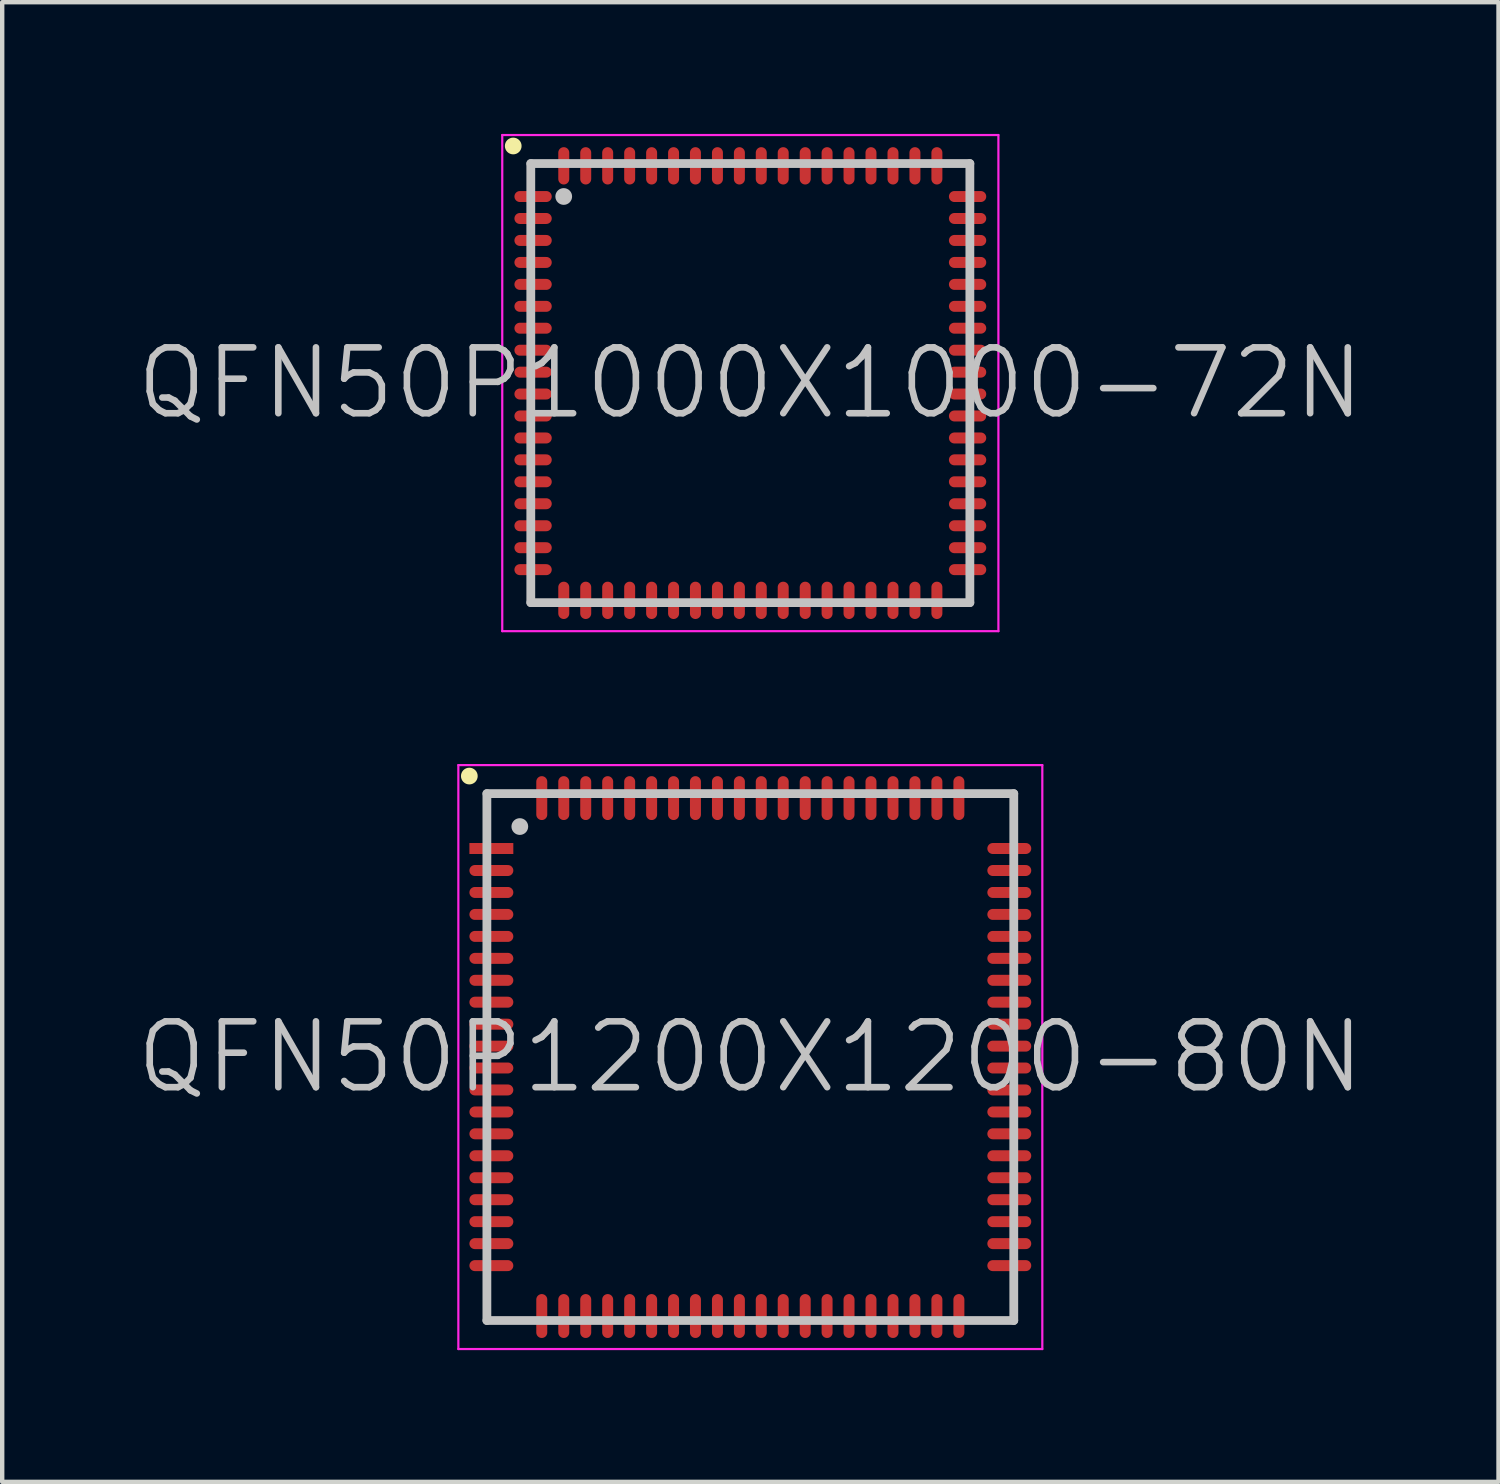
<source format=kicad_pcb>
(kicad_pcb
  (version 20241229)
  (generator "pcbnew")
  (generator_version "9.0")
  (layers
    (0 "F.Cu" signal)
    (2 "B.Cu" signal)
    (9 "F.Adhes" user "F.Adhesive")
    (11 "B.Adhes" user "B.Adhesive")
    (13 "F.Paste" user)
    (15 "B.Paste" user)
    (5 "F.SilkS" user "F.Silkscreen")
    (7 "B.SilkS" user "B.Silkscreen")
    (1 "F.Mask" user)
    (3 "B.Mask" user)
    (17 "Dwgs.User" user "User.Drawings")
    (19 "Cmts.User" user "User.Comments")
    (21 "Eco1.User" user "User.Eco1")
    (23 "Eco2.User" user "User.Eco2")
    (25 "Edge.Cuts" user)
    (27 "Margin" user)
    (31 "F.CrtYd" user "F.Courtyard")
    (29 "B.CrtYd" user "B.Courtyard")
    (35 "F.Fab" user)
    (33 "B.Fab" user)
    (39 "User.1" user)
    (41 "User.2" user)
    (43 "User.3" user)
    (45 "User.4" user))
  (footprint "QFN50P1200X1200-80N"
    (layer "F.Cu")
    (at 14.039 21.025)
    (property "Reference" "QFN50P1200X1200-80N" (at 0 0 0) (layer "Dwgs.User") (effects (font (size 1.5 1.5) (thickness 0.15))))
    (attr smd)
    (fp_line (start -6.4 -6.4) (end -6.4 -6.4) (stroke (width 0.381) (type solid)) (layer "F.SilkS"))
    (fp_line (start -6 -6) (end -6 6) (stroke (width 0.2) (type solid)) (layer "Dwgs.User"))
    (fp_line (start -6 -6) (end 6 -6) (stroke (width 0.2) (type solid)) (layer "Dwgs.User"))
    (fp_line (start -6 6) (end 6 6) (stroke (width 0.2) (type solid)) (layer "Dwgs.User"))
    (fp_line (start -5.25 -5.25) (end -5.25 -5.25) (stroke (width 0.381) (type solid)) (layer "Dwgs.User"))
    (fp_line (start 6 -6) (end 6 6) (stroke (width 0.2) (type solid)) (layer "Dwgs.User"))
    (fp_line (start -6.65 -6.65) (end -6.65 6.65) (stroke (width 0.05) (type solid)) (layer "F.CrtYd"))
    (fp_line (start -6.65 -6.65) (end 6.65 -6.65) (stroke (width 0.05) (type solid)) (layer "F.CrtYd"))
    (fp_line (start -6.65 6.65) (end 6.65 6.65) (stroke (width 0.05) (type solid)) (layer "F.CrtYd"))
    (fp_line (start 6.65 -6.65) (end 6.65 6.65) (stroke (width 0.05) (type solid)) (layer "F.CrtYd"))
    (pad "1" smd rect (at -5.898 -4.75 90) (size 0.25 1) (layers "F.Cu" "F.Mask" "F.Paste"))
    (pad "2" smd oval (at -5.898 -4.249 90) (size 0.25 1) (layers "F.Cu" "F.Mask" "F.Paste"))
    (pad "3" smd oval (at -5.898 -3.749 90) (size 0.25 1) (layers "F.Cu" "F.Mask" "F.Paste"))
    (pad "4" smd oval (at -5.898 -3.249 90) (size 0.25 1) (layers "F.Cu" "F.Mask" "F.Paste"))
    (pad "5" smd oval (at -5.898 -2.748 90) (size 0.25 1) (layers "F.Cu" "F.Mask" "F.Paste"))
    (pad "6" smd oval (at -5.898 -2.248 90) (size 0.25 1) (layers "F.Cu" "F.Mask" "F.Paste"))
    (pad "7" smd oval (at -5.898 -1.748 90) (size 0.25 1) (layers "F.Cu" "F.Mask" "F.Paste"))
    (pad "8" smd oval (at -5.898 -1.25 90) (size 0.25 1) (layers "F.Cu" "F.Mask" "F.Paste"))
    (pad "9" smd oval (at -5.898 -0.749 90) (size 0.25 1) (layers "F.Cu" "F.Mask" "F.Paste"))
    (pad "10" smd oval (at -5.898 -0.249 90) (size 0.25 1) (layers "F.Cu" "F.Mask" "F.Paste"))
    (pad "11" smd oval (at -5.898 0.249 90) (size 0.25 1) (layers "F.Cu" "F.Mask" "F.Paste"))
    (pad "12" smd oval (at -5.898 0.749 90) (size 0.25 1) (layers "F.Cu" "F.Mask" "F.Paste"))
    (pad "13" smd oval (at -5.898 1.25 90) (size 0.25 1) (layers "F.Cu" "F.Mask" "F.Paste"))
    (pad "14" smd oval (at -5.898 1.748 90) (size 0.25 1) (layers "F.Cu" "F.Mask" "F.Paste"))
    (pad "15" smd oval (at -5.898 2.248 90) (size 0.25 1) (layers "F.Cu" "F.Mask" "F.Paste"))
    (pad "16" smd oval (at -5.898 2.748 90) (size 0.25 1) (layers "F.Cu" "F.Mask" "F.Paste"))
    (pad "17" smd oval (at -5.898 3.249 90) (size 0.25 1) (layers "F.Cu" "F.Mask" "F.Paste"))
    (pad "18" smd oval (at -5.898 3.749 90) (size 0.25 1) (layers "F.Cu" "F.Mask" "F.Paste"))
    (pad "19" smd oval (at -5.898 4.249 90) (size 0.25 1) (layers "F.Cu" "F.Mask" "F.Paste"))
    (pad "20" smd oval (at -5.898 4.75 90) (size 0.25 1) (layers "F.Cu" "F.Mask" "F.Paste"))
    (pad "21" smd oval (at -4.75 5.898 180) (size 0.25 1) (layers "F.Cu" "F.Mask" "F.Paste"))
    (pad "22" smd oval (at -4.249 5.898 180) (size 0.25 1) (layers "F.Cu" "F.Mask" "F.Paste"))
    (pad "23" smd oval (at -3.749 5.898 180) (size 0.25 1) (layers "F.Cu" "F.Mask" "F.Paste"))
    (pad "24" smd oval (at -3.249 5.898 180) (size 0.25 1) (layers "F.Cu" "F.Mask" "F.Paste"))
    (pad "25" smd oval (at -2.748 5.898 180) (size 0.25 1) (layers "F.Cu" "F.Mask" "F.Paste"))
    (pad "26" smd oval (at -2.248 5.898 180) (size 0.25 1) (layers "F.Cu" "F.Mask" "F.Paste"))
    (pad "27" smd oval (at -1.748 5.898 180) (size 0.25 1) (layers "F.Cu" "F.Mask" "F.Paste"))
    (pad "28" smd oval (at -1.25 5.898 180) (size 0.25 1) (layers "F.Cu" "F.Mask" "F.Paste"))
    (pad "29" smd oval (at -0.749 5.898 180) (size 0.25 1) (layers "F.Cu" "F.Mask" "F.Paste"))
    (pad "30" smd oval (at -0.249 5.898 180) (size 0.25 1) (layers "F.Cu" "F.Mask" "F.Paste"))
    (pad "31" smd oval (at 0.249 5.898 180) (size 0.25 1) (layers "F.Cu" "F.Mask" "F.Paste"))
    (pad "32" smd oval (at 0.749 5.898 180) (size 0.25 1) (layers "F.Cu" "F.Mask" "F.Paste"))
    (pad "33" smd oval (at 1.25 5.898 180) (size 0.25 1) (layers "F.Cu" "F.Mask" "F.Paste"))
    (pad "34" smd oval (at 1.748 5.898 180) (size 0.25 1) (layers "F.Cu" "F.Mask" "F.Paste"))
    (pad "35" smd oval (at 2.248 5.898 180) (size 0.25 1) (layers "F.Cu" "F.Mask" "F.Paste"))
    (pad "36" smd oval (at 2.748 5.898 180) (size 0.25 1) (layers "F.Cu" "F.Mask" "F.Paste"))
    (pad "37" smd oval (at 3.249 5.898 180) (size 0.25 1) (layers "F.Cu" "F.Mask" "F.Paste"))
    (pad "38" smd oval (at 3.749 5.898 180) (size 0.25 1) (layers "F.Cu" "F.Mask" "F.Paste"))
    (pad "39" smd oval (at 4.249 5.898 180) (size 0.25 1) (layers "F.Cu" "F.Mask" "F.Paste"))
    (pad "40" smd oval (at 4.75 5.898 180) (size 0.25 1) (layers "F.Cu" "F.Mask" "F.Paste"))
    (pad "41" smd oval (at 5.898 4.75 270) (size 0.25 1) (layers "F.Cu" "F.Mask" "F.Paste"))
    (pad "42" smd oval (at 5.898 4.249 270) (size 0.25 1) (layers "F.Cu" "F.Mask" "F.Paste"))
    (pad "43" smd oval (at 5.898 3.749 270) (size 0.25 1) (layers "F.Cu" "F.Mask" "F.Paste"))
    (pad "44" smd oval (at 5.898 3.249 270) (size 0.25 1) (layers "F.Cu" "F.Mask" "F.Paste"))
    (pad "45" smd oval (at 5.898 2.748 270) (size 0.25 1) (layers "F.Cu" "F.Mask" "F.Paste"))
    (pad "46" smd oval (at 5.898 2.248 270) (size 0.25 1) (layers "F.Cu" "F.Mask" "F.Paste"))
    (pad "47" smd oval (at 5.898 1.748 270) (size 0.25 1) (layers "F.Cu" "F.Mask" "F.Paste"))
    (pad "48" smd oval (at 5.898 1.25 270) (size 0.25 1) (layers "F.Cu" "F.Mask" "F.Paste"))
    (pad "49" smd oval (at 5.898 0.749 270) (size 0.25 1) (layers "F.Cu" "F.Mask" "F.Paste"))
    (pad "50" smd oval (at 5.898 0.249 270) (size 0.25 1) (layers "F.Cu" "F.Mask" "F.Paste"))
    (pad "51" smd oval (at 5.898 -0.249 270) (size 0.25 1) (layers "F.Cu" "F.Mask" "F.Paste"))
    (pad "52" smd oval (at 5.898 -0.749 270) (size 0.25 1) (layers "F.Cu" "F.Mask" "F.Paste"))
    (pad "53" smd oval (at 5.898 -1.25 270) (size 0.25 1) (layers "F.Cu" "F.Mask" "F.Paste"))
    (pad "54" smd oval (at 5.898 -1.748 270) (size 0.25 1) (layers "F.Cu" "F.Mask" "F.Paste"))
    (pad "55" smd oval (at 5.898 -2.248 270) (size 0.25 1) (layers "F.Cu" "F.Mask" "F.Paste"))
    (pad "56" smd oval (at 5.898 -2.748 270) (size 0.25 1) (layers "F.Cu" "F.Mask" "F.Paste"))
    (pad "57" smd oval (at 5.898 -3.249 270) (size 0.25 1) (layers "F.Cu" "F.Mask" "F.Paste"))
    (pad "58" smd oval (at 5.898 -3.749 270) (size 0.25 1) (layers "F.Cu" "F.Mask" "F.Paste"))
    (pad "59" smd oval (at 5.898 -4.249 270) (size 0.25 1) (layers "F.Cu" "F.Mask" "F.Paste"))
    (pad "60" smd oval (at 5.898 -4.75 270) (size 0.25 1) (layers "F.Cu" "F.Mask" "F.Paste"))
    (pad "61" smd oval (at 4.75 -5.898) (size 0.25 1) (layers "F.Cu" "F.Mask" "F.Paste"))
    (pad "62" smd oval (at 4.249 -5.898) (size 0.25 1) (layers "F.Cu" "F.Mask" "F.Paste"))
    (pad "63" smd oval (at 3.749 -5.898) (size 0.25 1) (layers "F.Cu" "F.Mask" "F.Paste"))
    (pad "64" smd oval (at 3.249 -5.898) (size 0.25 1) (layers "F.Cu" "F.Mask" "F.Paste"))
    (pad "65" smd oval (at 2.748 -5.898) (size 0.25 1) (layers "F.Cu" "F.Mask" "F.Paste"))
    (pad "66" smd oval (at 2.248 -5.898) (size 0.25 1) (layers "F.Cu" "F.Mask" "F.Paste"))
    (pad "67" smd oval (at 1.748 -5.898) (size 0.25 1) (layers "F.Cu" "F.Mask" "F.Paste"))
    (pad "68" smd oval (at 1.25 -5.898) (size 0.25 1) (layers "F.Cu" "F.Mask" "F.Paste"))
    (pad "69" smd oval (at 0.749 -5.898) (size 0.25 1) (layers "F.Cu" "F.Mask" "F.Paste"))
    (pad "70" smd oval (at 0.249 -5.898) (size 0.25 1) (layers "F.Cu" "F.Mask" "F.Paste"))
    (pad "71" smd oval (at -0.249 -5.898) (size 0.25 1) (layers "F.Cu" "F.Mask" "F.Paste"))
    (pad "72" smd oval (at -0.749 -5.898) (size 0.25 1) (layers "F.Cu" "F.Mask" "F.Paste"))
    (pad "73" smd oval (at -1.25 -5.898) (size 0.25 1) (layers "F.Cu" "F.Mask" "F.Paste"))
    (pad "74" smd oval (at -1.748 -5.898) (size 0.25 1) (layers "F.Cu" "F.Mask" "F.Paste"))
    (pad "75" smd oval (at -2.248 -5.898) (size 0.25 1) (layers "F.Cu" "F.Mask" "F.Paste"))
    (pad "76" smd oval (at -2.748 -5.898) (size 0.25 1) (layers "F.Cu" "F.Mask" "F.Paste"))
    (pad "77" smd oval (at -3.249 -5.898) (size 0.25 1) (layers "F.Cu" "F.Mask" "F.Paste"))
    (pad "78" smd oval (at -3.749 -5.898) (size 0.25 1) (layers "F.Cu" "F.Mask" "F.Paste"))
    (pad "79" smd oval (at -4.249 -5.898) (size 0.25 1) (layers "F.Cu" "F.Mask" "F.Paste"))
    (pad "80" smd oval (at -4.75 -5.898) (size 0.25 1) (layers "F.Cu" "F.Mask" "F.Paste")))
  (footprint "QFN50P1000X1000-72N"
    (layer "F.Cu")
    (at 14.039 5.675)
    (property "Reference" "QFN50P1000X1000-72N" (at 0 0 0) (layer "Dwgs.User") (effects (font (size 1.5 1.5) (thickness 0.15))))
    (attr smd)
    (fp_line (start -5.4 -5.4) (end -5.4 -5.4) (stroke (width 0.381) (type solid)) (layer "F.SilkS"))
    (fp_line (start -5 -5) (end -5 5) (stroke (width 0.2) (type solid)) (layer "Dwgs.User"))
    (fp_line (start -5 -5) (end 5 -5) (stroke (width 0.2) (type solid)) (layer "Dwgs.User"))
    (fp_line (start -5 5) (end 5 5) (stroke (width 0.2) (type solid)) (layer "Dwgs.User"))
    (fp_line (start -4.25 -4.25) (end -4.25 -4.25) (stroke (width 0.381) (type solid)) (layer "Dwgs.User"))
    (fp_line (start 5 -5) (end 5 5) (stroke (width 0.2) (type solid)) (layer "Dwgs.User"))
    (fp_line (start -5.65 -5.65) (end -5.65 5.65) (stroke (width 0.05) (type solid)) (layer "F.CrtYd"))
    (fp_line (start -5.65 -5.65) (end 5.65 -5.65) (stroke (width 0.05) (type solid)) (layer "F.CrtYd"))
    (fp_line (start -5.65 5.65) (end 5.65 5.65) (stroke (width 0.05) (type solid)) (layer "F.CrtYd"))
    (fp_line (start 5.65 -5.65) (end 5.65 5.65) (stroke (width 0.05) (type solid)) (layer "F.CrtYd"))
    (pad "1" smd oval (at -4.948 -4.249 90) (size 0.25 0.85) (layers "F.Cu" "F.Mask" "F.Paste"))
    (pad "2" smd oval (at -4.948 -3.749 90) (size 0.25 0.85) (layers "F.Cu" "F.Mask" "F.Paste"))
    (pad "3" smd oval (at -4.948 -3.249 90) (size 0.25 0.85) (layers "F.Cu" "F.Mask" "F.Paste"))
    (pad "4" smd oval (at -4.948 -2.748 90) (size 0.25 0.85) (layers "F.Cu" "F.Mask" "F.Paste"))
    (pad "5" smd oval (at -4.948 -2.248 90) (size 0.25 0.85) (layers "F.Cu" "F.Mask" "F.Paste"))
    (pad "6" smd oval (at -4.948 -1.748 90) (size 0.25 0.85) (layers "F.Cu" "F.Mask" "F.Paste"))
    (pad "7" smd oval (at -4.948 -1.25 90) (size 0.25 0.85) (layers "F.Cu" "F.Mask" "F.Paste"))
    (pad "8" smd oval (at -4.948 -0.749 90) (size 0.25 0.85) (layers "F.Cu" "F.Mask" "F.Paste"))
    (pad "9" smd oval (at -4.948 -0.249 90) (size 0.25 0.85) (layers "F.Cu" "F.Mask" "F.Paste"))
    (pad "10" smd oval (at -4.948 0.249 90) (size 0.25 0.85) (layers "F.Cu" "F.Mask" "F.Paste"))
    (pad "11" smd oval (at -4.948 0.749 90) (size 0.25 0.85) (layers "F.Cu" "F.Mask" "F.Paste"))
    (pad "12" smd oval (at -4.948 1.25 90) (size 0.25 0.85) (layers "F.Cu" "F.Mask" "F.Paste"))
    (pad "13" smd oval (at -4.948 1.748 90) (size 0.25 0.85) (layers "F.Cu" "F.Mask" "F.Paste"))
    (pad "14" smd oval (at -4.948 2.248 90) (size 0.25 0.85) (layers "F.Cu" "F.Mask" "F.Paste"))
    (pad "15" smd oval (at -4.948 2.748 90) (size 0.25 0.85) (layers "F.Cu" "F.Mask" "F.Paste"))
    (pad "16" smd oval (at -4.948 3.249 90) (size 0.25 0.85) (layers "F.Cu" "F.Mask" "F.Paste"))
    (pad "17" smd oval (at -4.948 3.749 90) (size 0.25 0.85) (layers "F.Cu" "F.Mask" "F.Paste"))
    (pad "18" smd oval (at -4.948 4.249 90) (size 0.25 0.85) (layers "F.Cu" "F.Mask" "F.Paste"))
    (pad "19" smd oval (at -4.249 4.948 180) (size 0.25 0.85) (layers "F.Cu" "F.Mask" "F.Paste"))
    (pad "20" smd oval (at -3.749 4.948 180) (size 0.25 0.85) (layers "F.Cu" "F.Mask" "F.Paste"))
    (pad "21" smd oval (at -3.249 4.948 180) (size 0.25 0.85) (layers "F.Cu" "F.Mask" "F.Paste"))
    (pad "22" smd oval (at -2.748 4.948 180) (size 0.25 0.85) (layers "F.Cu" "F.Mask" "F.Paste"))
    (pad "23" smd oval (at -2.248 4.948 180) (size 0.25 0.85) (layers "F.Cu" "F.Mask" "F.Paste"))
    (pad "24" smd oval (at -1.748 4.948 180) (size 0.25 0.85) (layers "F.Cu" "F.Mask" "F.Paste"))
    (pad "25" smd oval (at -1.25 4.948 180) (size 0.25 0.85) (layers "F.Cu" "F.Mask" "F.Paste"))
    (pad "26" smd oval (at -0.749 4.948 180) (size 0.25 0.85) (layers "F.Cu" "F.Mask" "F.Paste"))
    (pad "27" smd oval (at -0.249 4.948 180) (size 0.25 0.85) (layers "F.Cu" "F.Mask" "F.Paste"))
    (pad "28" smd oval (at 0.249 4.948 180) (size 0.25 0.85) (layers "F.Cu" "F.Mask" "F.Paste"))
    (pad "29" smd oval (at 0.749 4.948 180) (size 0.25 0.85) (layers "F.Cu" "F.Mask" "F.Paste"))
    (pad "30" smd oval (at 1.25 4.948 180) (size 0.25 0.85) (layers "F.Cu" "F.Mask" "F.Paste"))
    (pad "31" smd oval (at 1.748 4.948 180) (size 0.25 0.85) (layers "F.Cu" "F.Mask" "F.Paste"))
    (pad "32" smd oval (at 2.248 4.948 180) (size 0.25 0.85) (layers "F.Cu" "F.Mask" "F.Paste"))
    (pad "33" smd oval (at 2.748 4.948 180) (size 0.25 0.85) (layers "F.Cu" "F.Mask" "F.Paste"))
    (pad "34" smd oval (at 3.249 4.948 180) (size 0.25 0.85) (layers "F.Cu" "F.Mask" "F.Paste"))
    (pad "35" smd oval (at 3.749 4.948 180) (size 0.25 0.85) (layers "F.Cu" "F.Mask" "F.Paste"))
    (pad "36" smd oval (at 4.249 4.948 180) (size 0.25 0.85) (layers "F.Cu" "F.Mask" "F.Paste"))
    (pad "37" smd oval (at 4.948 4.249 270) (size 0.25 0.85) (layers "F.Cu" "F.Mask" "F.Paste"))
    (pad "38" smd oval (at 4.948 3.749 270) (size 0.25 0.85) (layers "F.Cu" "F.Mask" "F.Paste"))
    (pad "39" smd oval (at 4.948 3.249 270) (size 0.25 0.85) (layers "F.Cu" "F.Mask" "F.Paste"))
    (pad "40" smd oval (at 4.948 2.748 270) (size 0.25 0.85) (layers "F.Cu" "F.Mask" "F.Paste"))
    (pad "41" smd oval (at 4.948 2.248 270) (size 0.25 0.85) (layers "F.Cu" "F.Mask" "F.Paste"))
    (pad "42" smd oval (at 4.948 1.748 270) (size 0.25 0.85) (layers "F.Cu" "F.Mask" "F.Paste"))
    (pad "43" smd oval (at 4.948 1.25 270) (size 0.25 0.85) (layers "F.Cu" "F.Mask" "F.Paste"))
    (pad "44" smd oval (at 4.948 0.749 270) (size 0.25 0.85) (layers "F.Cu" "F.Mask" "F.Paste"))
    (pad "45" smd oval (at 4.948 0.249 270) (size 0.25 0.85) (layers "F.Cu" "F.Mask" "F.Paste"))
    (pad "46" smd oval (at 4.948 -0.249 270) (size 0.25 0.85) (layers "F.Cu" "F.Mask" "F.Paste"))
    (pad "47" smd oval (at 4.948 -0.749 270) (size 0.25 0.85) (layers "F.Cu" "F.Mask" "F.Paste"))
    (pad "48" smd oval (at 4.948 -1.25 270) (size 0.25 0.85) (layers "F.Cu" "F.Mask" "F.Paste"))
    (pad "49" smd oval (at 4.948 -1.748 270) (size 0.25 0.85) (layers "F.Cu" "F.Mask" "F.Paste"))
    (pad "50" smd oval (at 4.948 -2.248 270) (size 0.25 0.85) (layers "F.Cu" "F.Mask" "F.Paste"))
    (pad "51" smd oval (at 4.948 -2.748 270) (size 0.25 0.85) (layers "F.Cu" "F.Mask" "F.Paste"))
    (pad "52" smd oval (at 4.948 -3.249 270) (size 0.25 0.85) (layers "F.Cu" "F.Mask" "F.Paste"))
    (pad "53" smd oval (at 4.948 -3.749 270) (size 0.25 0.85) (layers "F.Cu" "F.Mask" "F.Paste"))
    (pad "54" smd oval (at 4.948 -4.249 270) (size 0.25 0.85) (layers "F.Cu" "F.Mask" "F.Paste"))
    (pad "55" smd oval (at 4.249 -4.948) (size 0.25 0.85) (layers "F.Cu" "F.Mask" "F.Paste"))
    (pad "56" smd oval (at 3.749 -4.948) (size 0.25 0.85) (layers "F.Cu" "F.Mask" "F.Paste"))
    (pad "57" smd oval (at 3.249 -4.948) (size 0.25 0.85) (layers "F.Cu" "F.Mask" "F.Paste"))
    (pad "58" smd oval (at 2.748 -4.948) (size 0.25 0.85) (layers "F.Cu" "F.Mask" "F.Paste"))
    (pad "59" smd oval (at 2.248 -4.948) (size 0.25 0.85) (layers "F.Cu" "F.Mask" "F.Paste"))
    (pad "60" smd oval (at 1.748 -4.948) (size 0.25 0.85) (layers "F.Cu" "F.Mask" "F.Paste"))
    (pad "61" smd oval (at 1.25 -4.948) (size 0.25 0.85) (layers "F.Cu" "F.Mask" "F.Paste"))
    (pad "62" smd oval (at 0.749 -4.948) (size 0.25 0.85) (layers "F.Cu" "F.Mask" "F.Paste"))
    (pad "63" smd oval (at 0.249 -4.948) (size 0.25 0.85) (layers "F.Cu" "F.Mask" "F.Paste"))
    (pad "64" smd oval (at -0.249 -4.948) (size 0.25 0.85) (layers "F.Cu" "F.Mask" "F.Paste"))
    (pad "65" smd oval (at -0.749 -4.948) (size 0.25 0.85) (layers "F.Cu" "F.Mask" "F.Paste"))
    (pad "66" smd oval (at -1.25 -4.948) (size 0.25 0.85) (layers "F.Cu" "F.Mask" "F.Paste"))
    (pad "67" smd oval (at -1.748 -4.948) (size 0.25 0.85) (layers "F.Cu" "F.Mask" "F.Paste"))
    (pad "68" smd oval (at -2.248 -4.948) (size 0.25 0.85) (layers "F.Cu" "F.Mask" "F.Paste"))
    (pad "69" smd oval (at -2.748 -4.948) (size 0.25 0.85) (layers "F.Cu" "F.Mask" "F.Paste"))
    (pad "70" smd oval (at -3.249 -4.948) (size 0.25 0.85) (layers "F.Cu" "F.Mask" "F.Paste"))
    (pad "71" smd oval (at -3.749 -4.948) (size 0.25 0.85) (layers "F.Cu" "F.Mask" "F.Paste"))
    (pad "72" smd oval (at -4.249 -4.948) (size 0.25 0.85) (layers "F.Cu" "F.Mask" "F.Paste")))
  (gr_rect
    (start -3 -3)
    (end 31.079 30.7)
    (stroke (width 0.1) (type default))
    (fill no)
    (layer "Edge.Cuts")))
</source>
